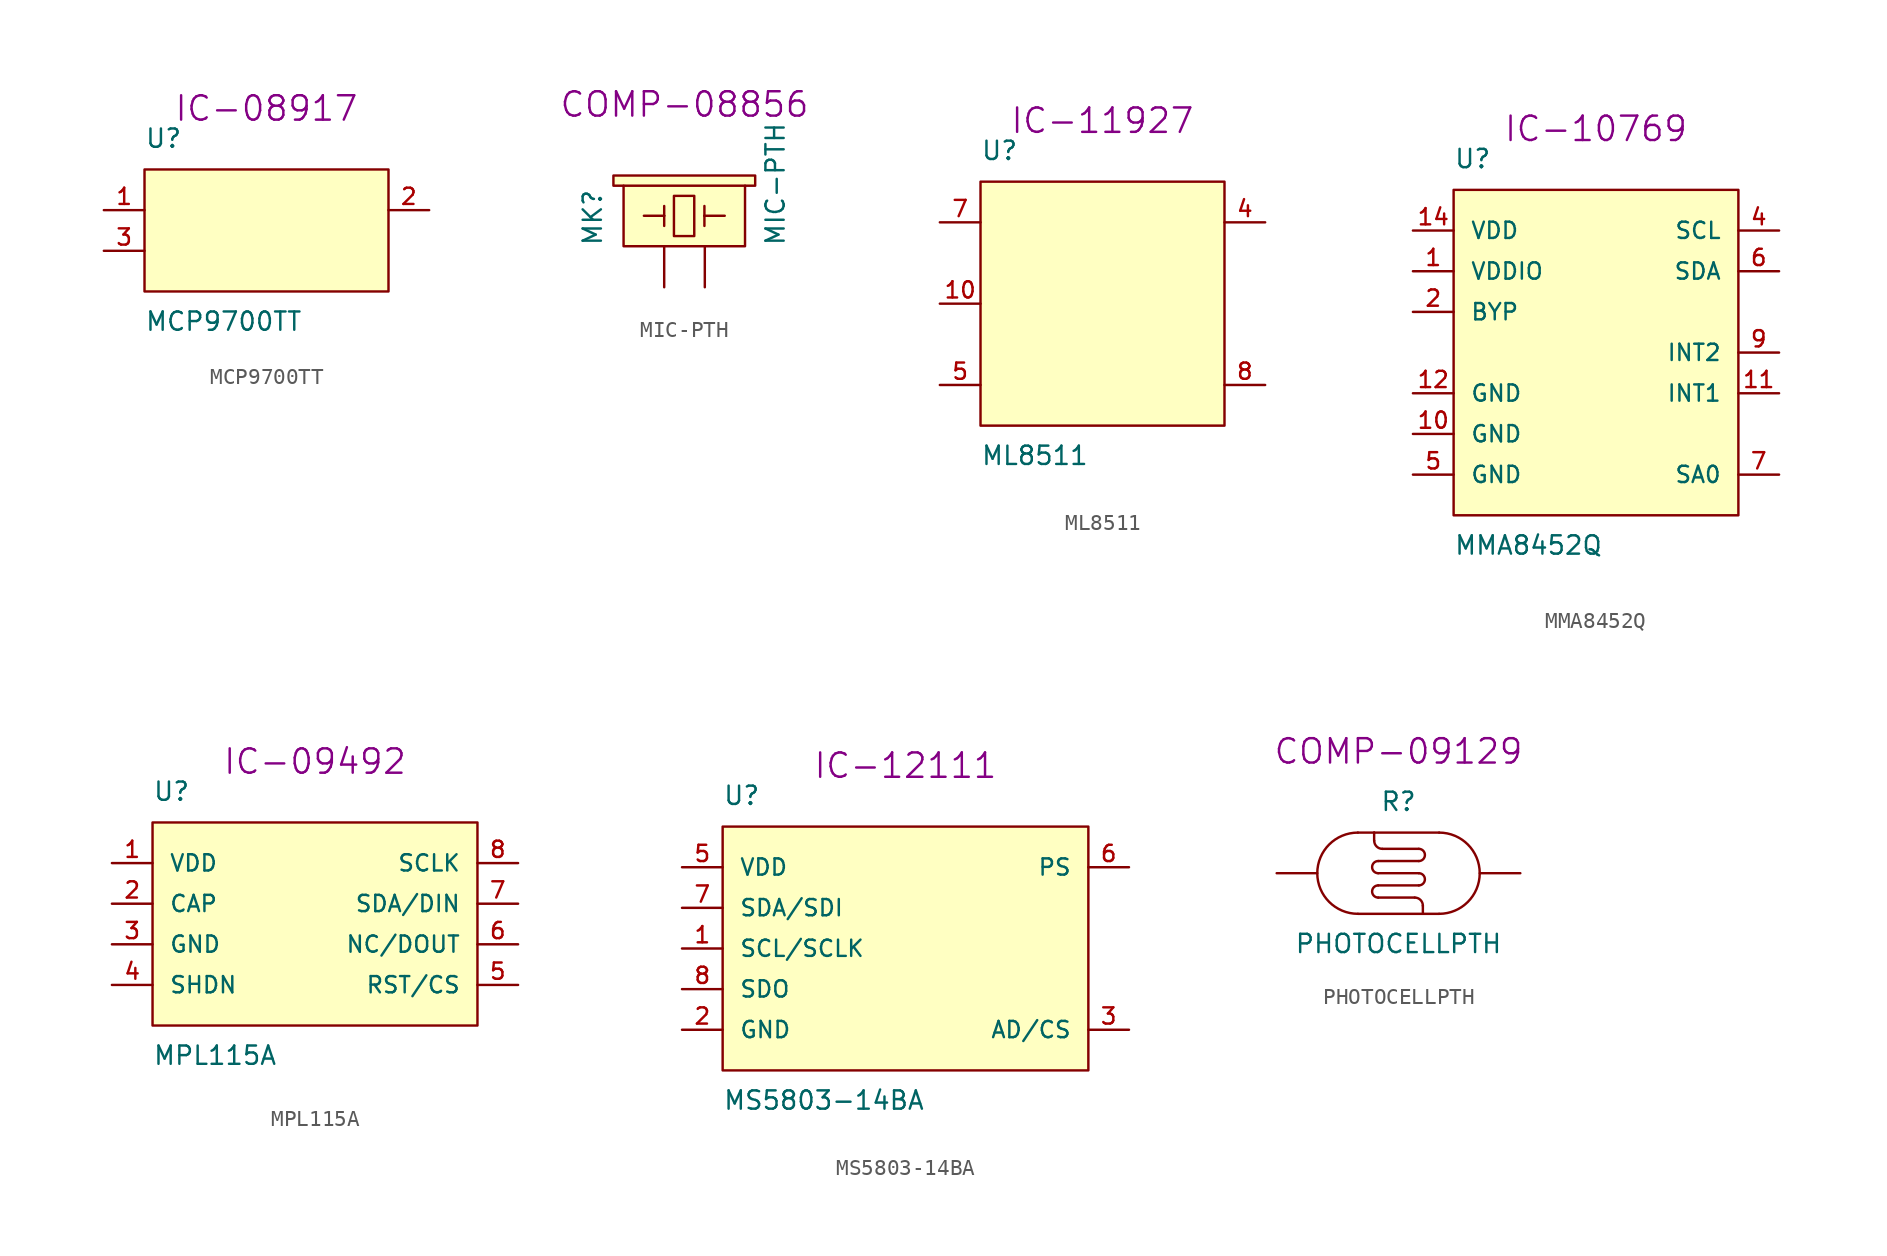
<source format=kicad_sym>
(kicad_symbol_lib
  (version 20220914)
  (generator kicad_symbol_editor)
  (symbol "MCP9700TT"
    (pin_names
      (offset 1.016) hide)
    (property "Reference" "U"
      (at -7.62 6.35 0)
      (effects (font (size 1.143 1.143)) (justify left bottom)))
    (property "Value" "MCP9700TT"
      (at -7.62 -5.08 0)
      (effects (font (size 1.143 1.143)) (justify left bottom)))
    (property "Field4" "IC-08917"
      (at 0 8.89 0)
      (effects (font (size 1.524 1.524))))
    (property "ki_locked" ""
      (at 0 0 0)
      (effects (font (size 1.27 1.27))))
    (symbol "MCP9700TT_1_1"
      (polyline (pts (xy -7.62 5.08) (xy 7.62 5.08) (xy 7.62 -2.54) (xy -7.62 -2.54) (xy -7.62 5.08)) (stroke (width 0) (type solid)) (fill (type background)))
      (pin bidirectional line (at -10.16 2.54 0) (length 2.54) (name "VCC" (effects (font (size 1.016 1.016)))) (number "1" (effects (font (size 1.016 1.016)))))
      (pin bidirectional line (at 10.16 2.54 180) (length 2.54) (name "VO" (effects (font (size 1.016 1.016)))) (number "2" (effects (font (size 1.016 1.016)))))
      (pin bidirectional line (at -10.16 0 0) (length 2.54) (name "GND" (effects (font (size 1.016 1.016)))) (number "3" (effects (font (size 1.016 1.016)))))))
  (symbol "MIC-PTH"
    (pin_numbers hide)
    (pin_names
      (offset 1.016) hide)
    (property "Reference" "MK"
      (at -5.08 -2.54 90)
      (effects (font (size 1.143 1.143)) (justify left bottom)))
    (property "Value" "MIC-PTH"
      (at 6.35 -2.54 90)
      (effects (font (size 1.143 1.143)) (justify left bottom)))
    (property "Field4" "COMP-08856"
      (at 0 6.35 0)
      (effects (font (size 1.524 1.524))))
    (property "ki_locked" ""
      (at 0 0 0)
      (effects (font (size 1.27 1.27))))
    (symbol "MIC-PTH_1_0"
      (polyline (pts (xy -3.81 1.27) (xy 3.785 1.27)) (stroke (width 0) (type solid)) (fill (type none)))
      (polyline (pts (xy -2.54 -0.61) (xy -1.27 -0.61)) (stroke (width 0) (type solid)) (fill (type none)))
      (polyline (pts (xy -1.27 -0.61) (xy -1.27 -1.245)) (stroke (width 0) (type solid)) (fill (type none)))
      (polyline (pts (xy -1.27 -0.61) (xy -1.27 0)) (stroke (width 0) (type solid)) (fill (type none)))
      (polyline (pts (xy 1.245 -0.61) (xy 1.245 -1.245)) (stroke (width 0) (type solid)) (fill (type none)))
      (polyline (pts (xy 1.245 -0.61) (xy 2.515 -0.61)) (stroke (width 0) (type solid)) (fill (type none)))
      (polyline (pts (xy 1.245 0) (xy 1.245 -0.61)) (stroke (width 0) (type solid)) (fill (type none))))
    (symbol "MIC-PTH_1_1"
      (polyline (pts (xy -0.66 0.635) (xy -0.66 -1.88) (xy 0.61 -1.88) (xy 0.61 0.635) (xy -0.66 0.635)) (stroke (width 0) (type solid)) (fill (type background)))
      (polyline (pts (xy 3.785 -2.515) (xy 3.785 1.27) (xy 4.42 1.27) (xy 4.42 1.905) (xy -4.445 1.905) (xy -4.445 1.27) (xy -3.81 1.27) (xy -3.81 -2.515) (xy 3.785 -2.515)) (stroke (width 0) (type solid)) (fill (type background)))
      (pin passive line (at 1.27 -5.08 90) (length 2.54) (name "2" (effects (font (size 1.016 1.016)))) (number "GND" (effects (font (size 1.016 1.016)))))
      (pin passive line (at -1.27 -5.08 90) (length 2.54) (name "1" (effects (font (size 1.016 1.016)))) (number "OUT" (effects (font (size 1.016 1.016)))))))
  (symbol "ML8511"
    (pin_names
      (offset 1.016) hide)
    (property "Reference" "U"
      (at -7.62 8.89 0)
      (effects (font (size 1.143 1.143)) (justify left bottom)))
    (property "Value" "ML8511"
      (at -7.62 -10.16 0)
      (effects (font (size 1.143 1.143)) (justify left bottom)))
    (property "Field4" "IC-11927"
      (at 0 11.43 0)
      (effects (font (size 1.524 1.524))))
    (property "ki_locked" ""
      (at 0 0 0)
      (effects (font (size 1.27 1.27))))
    (symbol "ML8511_1_1"
      (polyline (pts (xy -7.62 7.62) (xy 7.62 7.62) (xy 7.62 -7.62) (xy -7.62 -7.62) (xy -7.62 7.62)) (stroke (width 0) (type solid)) (fill (type background)))
      (pin power_in line (at -10.16 0 0) (length 2.54) (name "TR" (effects (font (size 1.016 1.016)))) (number "10" (effects (font (size 1.016 1.016)))))
      (pin input line (at 10.16 5.08 180) (length 2.54) (name "EN" (effects (font (size 1.016 1.016)))) (number "4" (effects (font (size 1.016 1.016)))))
      (pin power_in line (at -10.16 -5.08 0) (length 2.54) (name "GND" (effects (font (size 1.016 1.016)))) (number "5" (effects (font (size 1.016 1.016)))))
      (pin power_in line (at -10.16 5.08 0) (length 2.54) (name "VDD" (effects (font (size 1.016 1.016)))) (number "7" (effects (font (size 1.016 1.016)))))
      (pin output line (at 10.16 -5.08 180) (length 2.54) (name "OUT" (effects (font (size 1.016 1.016)))) (number "8" (effects (font (size 1.016 1.016)))))))
  (symbol "MMA8452Q"
    (pin_names
      (offset 1.016))
    (property "Reference" "U"
      (at -8.89 11.43 0)
      (effects (font (size 1.143 1.143)) (justify left bottom)))
    (property "Value" "MMA8452Q"
      (at -8.89 -12.7 0)
      (effects (font (size 1.143 1.143)) (justify left bottom)))
    (property "Field4" "IC-10769"
      (at 0 13.97 0)
      (effects (font (size 1.524 1.524))))
    (property "ki_locked" ""
      (at 0 0 0)
      (effects (font (size 1.27 1.27))))
    (symbol "MMA8452Q_1_1"
      (polyline (pts (xy -8.89 10.16) (xy -8.89 -10.16) (xy 8.89 -10.16) (xy 8.89 10.16) (xy -8.89 10.16)) (stroke (width 0) (type solid)) (fill (type background)))
      (pin bidirectional line (at -11.43 5.08 0) (length 2.54) (name "VDDIO" (effects (font (size 1.016 1.016)))) (number "1" (effects (font (size 1.016 1.016)))))
      (pin bidirectional line (at -11.43 -5.08 0) (length 2.54) (name "GND" (effects (font (size 1.016 1.016)))) (number "10" (effects (font (size 1.016 1.016)))))
      (pin bidirectional line (at 11.43 -2.54 180) (length 2.54) (name "INT1" (effects (font (size 1.016 1.016)))) (number "11" (effects (font (size 1.016 1.016)))))
      (pin bidirectional line (at -11.43 -2.54 0) (length 2.54) (name "GND" (effects (font (size 1.016 1.016)))) (number "12" (effects (font (size 1.016 1.016)))))
      (pin bidirectional line (at -11.43 7.62 0) (length 2.54) (name "VDD" (effects (font (size 1.016 1.016)))) (number "14" (effects (font (size 1.016 1.016)))))
      (pin bidirectional line (at -11.43 2.54 0) (length 2.54) (name "BYP" (effects (font (size 1.016 1.016)))) (number "2" (effects (font (size 1.016 1.016)))))
      (pin bidirectional line (at 11.43 7.62 180) (length 2.54) (name "SCL" (effects (font (size 1.016 1.016)))) (number "4" (effects (font (size 1.016 1.016)))))
      (pin bidirectional line (at -11.43 -7.62 0) (length 2.54) (name "GND" (effects (font (size 1.016 1.016)))) (number "5" (effects (font (size 1.016 1.016)))))
      (pin bidirectional line (at 11.43 5.08 180) (length 2.54) (name "SDA" (effects (font (size 1.016 1.016)))) (number "6" (effects (font (size 1.016 1.016)))))
      (pin bidirectional line (at 11.43 -7.62 180) (length 2.54) (name "SA0" (effects (font (size 1.016 1.016)))) (number "7" (effects (font (size 1.016 1.016)))))
      (pin bidirectional line (at 11.43 0 180) (length 2.54) (name "INT2" (effects (font (size 1.016 1.016)))) (number "9" (effects (font (size 1.016 1.016)))))))
  (symbol "MPL115A"
    (pin_names
      (offset 1.016))
    (property "Reference" "U"
      (at -10.16 6.35 0)
      (effects (font (size 1.143 1.143)) (justify left bottom)))
    (property "Value" "MPL115A"
      (at -10.16 -10.16 0)
      (effects (font (size 1.143 1.143)) (justify left bottom)))
    (property "Field4" "IC-09492"
      (at 0 8.89 0)
      (effects (font (size 1.524 1.524))))
    (property "ki_locked" ""
      (at 0 0 0)
      (effects (font (size 1.27 1.27))))
    (symbol "MPL115A_1_1"
      (polyline (pts (xy -10.16 5.08) (xy -10.16 -7.62) (xy 10.16 -7.62) (xy 10.16 5.08) (xy -10.16 5.08)) (stroke (width 0) (type solid)) (fill (type background)))
      (pin bidirectional line (at -12.7 2.54 0) (length 2.54) (name "VDD" (effects (font (size 1.016 1.016)))) (number "1" (effects (font (size 1.016 1.016)))))
      (pin bidirectional line (at -12.7 0 0) (length 2.54) (name "CAP" (effects (font (size 1.016 1.016)))) (number "2" (effects (font (size 1.016 1.016)))))
      (pin bidirectional line (at -12.7 -2.54 0) (length 2.54) (name "GND" (effects (font (size 1.016 1.016)))) (number "3" (effects (font (size 1.016 1.016)))))
      (pin bidirectional line (at -12.7 -5.08 0) (length 2.54) (name "SHDN" (effects (font (size 1.016 1.016)))) (number "4" (effects (font (size 1.016 1.016)))))
      (pin bidirectional line (at 12.7 -5.08 180) (length 2.54) (name "RST/CS" (effects (font (size 1.016 1.016)))) (number "5" (effects (font (size 1.016 1.016)))))
      (pin bidirectional line (at 12.7 -2.54 180) (length 2.54) (name "NC/DOUT" (effects (font (size 1.016 1.016)))) (number "6" (effects (font (size 1.016 1.016)))))
      (pin bidirectional line (at 12.7 0 180) (length 2.54) (name "SDA/DIN" (effects (font (size 1.016 1.016)))) (number "7" (effects (font (size 1.016 1.016)))))
      (pin bidirectional line (at 12.7 2.54 180) (length 2.54) (name "SCLK" (effects (font (size 1.016 1.016)))) (number "8" (effects (font (size 1.016 1.016)))))))
  (symbol "MS5803-14BA"
    (pin_names
      (offset 1.016))
    (property "Reference" "U"
      (at -11.43 8.89 0)
      (effects (font (size 1.143 1.143)) (justify left bottom)))
    (property "Value" "MS5803-14BA"
      (at -11.43 -10.16 0)
      (effects (font (size 1.143 1.143)) (justify left bottom)))
    (property "Field4" "IC-12111"
      (at 0 11.43 0)
      (effects (font (size 1.524 1.524))))
    (property "ki_locked" ""
      (at 0 0 0)
      (effects (font (size 1.27 1.27))))
    (symbol "MS5803-14BA_1_1"
      (polyline (pts (xy -11.43 7.62) (xy 11.43 7.62) (xy 11.43 -7.62) (xy -11.43 -7.62) (xy -11.43 7.62)) (stroke (width 0) (type solid)) (fill (type background)))
      (pin bidirectional line (at -13.97 0 0) (length 2.54) (name "SCL/SCLK" (effects (font (size 1.016 1.016)))) (number "1" (effects (font (size 1.016 1.016)))))
      (pin bidirectional line (at -13.97 -5.08 0) (length 2.54) (name "GND" (effects (font (size 1.016 1.016)))) (number "2" (effects (font (size 1.016 1.016)))))
      (pin bidirectional line (at 13.97 -5.08 180) (length 2.54) (name "AD/CS" (effects (font (size 1.016 1.016)))) (number "3" (effects (font (size 1.016 1.016)))))
      (pin bidirectional line (at -13.97 5.08 0) (length 2.54) (name "VDD" (effects (font (size 1.016 1.016)))) (number "5" (effects (font (size 1.016 1.016)))))
      (pin bidirectional line (at 13.97 5.08 180) (length 2.54) (name "PS" (effects (font (size 1.016 1.016)))) (number "6" (effects (font (size 1.016 1.016)))))
      (pin bidirectional line (at -13.97 2.54 0) (length 2.54) (name "SDA/SDI" (effects (font (size 1.016 1.016)))) (number "7" (effects (font (size 1.016 1.016)))))
      (pin bidirectional line (at -13.97 -2.54 0) (length 2.54) (name "SDO" (effects (font (size 1.016 1.016)))) (number "8" (effects (font (size 1.016 1.016)))))))
  (symbol "PHOTOCELLPTH"
    (pin_numbers hide)
    (pin_names
      (offset 1.016) hide)
    (property "Reference" "R"
      (at 0 3.81 0)
      (effects (font (size 1.143 1.143)) (justify bottom)))
    (property "Value" "PHOTOCELLPTH"
      (at 0 -5.08 0)
      (effects (font (size 1.143 1.143)) (justify bottom)))
    (property "Field4" "COMP-09129"
      (at 0 7.62 0)
      (effects (font (size 1.524 1.524))))
    (property "ki_locked" ""
      (at 0 0 0)
      (effects (font (size 1.27 1.27))))
    (symbol "PHOTOCELLPTH_1_0"
      (polyline (pts (xy -1.524 2.54) (xy -2.54 2.54)) (stroke (width 0) (type solid)) (fill (type none)))
      (polyline (pts (xy -1.524 2.54) (xy -1.524 2.032)) (stroke (width 0) (type solid)) (fill (type none)))
      (polyline (pts (xy -1.27 -1.524) (xy 1.016 -1.524)) (stroke (width 0) (type solid)) (fill (type none)))
      (polyline (pts (xy -1.27 -0.762) (xy 1.27 -0.762)) (stroke (width 0) (type solid)) (fill (type none)))
      (polyline (pts (xy -1.27 0) (xy 1.27 0)) (stroke (width 0) (type solid)) (fill (type none)))
      (polyline (pts (xy -1.27 0.762) (xy 1.27 0.762)) (stroke (width 0) (type solid)) (fill (type none)))
      (polyline (pts (xy -1.016 1.524) (xy 1.27 1.524)) (stroke (width 0) (type solid)) (fill (type none)))
      (polyline (pts (xy 1.524 -2.54) (xy -2.54 -2.54)) (stroke (width 0) (type solid)) (fill (type none)))
      (polyline (pts (xy 1.524 -2.032) (xy 1.524 -2.54)) (stroke (width 0) (type solid)) (fill (type none)))
      (polyline (pts (xy 2.54 -2.54) (xy 1.524 -2.54)) (stroke (width 0) (type solid)) (fill (type none)))
      (polyline (pts (xy 2.54 2.54) (xy -1.524 2.54)) (stroke (width 0) (type solid)) (fill (type none))))
    (symbol "PHOTOCELLPTH_1_1"
      (arc (start -2.54 2.54) (mid -5.069 0) (end -2.54 -2.54) (stroke (width 0) (type solid)) (fill (type none)))
      (arc (start -1.524 2.032) (mid -1.3752 1.6728) (end -1.016 1.524) (stroke (width 0) (type solid)) (fill (type none)))
      (arc (start -1.27 -0.762) (mid -1.6494 -1.143) (end -1.27 -1.524) (stroke (width 0) (type solid)) (fill (type none)))
      (arc (start -1.27 0.762) (mid -1.6494 0.381) (end -1.27 0) (stroke (width 0) (type solid)) (fill (type none)))
      (arc (start 1.27 -0.762) (mid 1.6494 -0.381) (end 1.27 0) (stroke (width 0) (type solid)) (fill (type none)))
      (arc (start 1.27 0.762) (mid 1.6494 1.143) (end 1.27 1.524) (stroke (width 0) (type solid)) (fill (type none)))
      (arc (start 1.524 -2.032) (mid 1.3752 -1.6728) (end 1.016 -1.524) (stroke (width 0) (type solid)) (fill (type none)))
      (arc (start 2.54 -2.54) (mid 5.069 0) (end 2.54 2.54) (stroke (width 0) (type solid)) (fill (type none)))
      (pin bidirectional line (at -7.62 0 0) (length 2.54) (name "P$1" (effects (font (size 1.016 1.016)))) (number "1" (effects (font (size 1.016 1.016)))))
      (pin bidirectional line (at 7.62 0 180) (length 2.54) (name "P$2" (effects (font (size 1.016 1.016)))) (number "2" (effects (font (size 1.016 1.016))))))))
</source>
